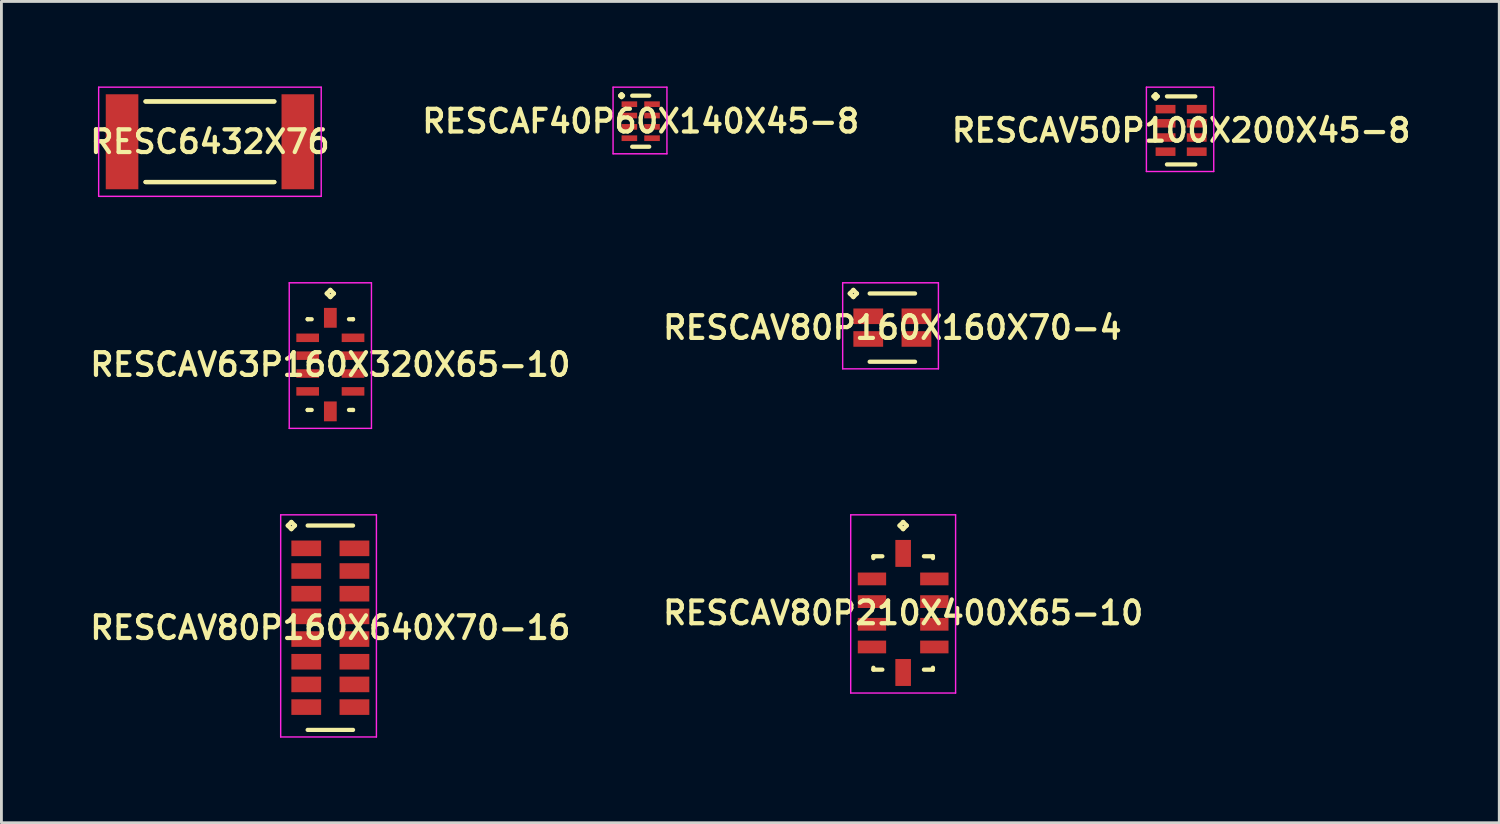
<source format=kicad_pcb>
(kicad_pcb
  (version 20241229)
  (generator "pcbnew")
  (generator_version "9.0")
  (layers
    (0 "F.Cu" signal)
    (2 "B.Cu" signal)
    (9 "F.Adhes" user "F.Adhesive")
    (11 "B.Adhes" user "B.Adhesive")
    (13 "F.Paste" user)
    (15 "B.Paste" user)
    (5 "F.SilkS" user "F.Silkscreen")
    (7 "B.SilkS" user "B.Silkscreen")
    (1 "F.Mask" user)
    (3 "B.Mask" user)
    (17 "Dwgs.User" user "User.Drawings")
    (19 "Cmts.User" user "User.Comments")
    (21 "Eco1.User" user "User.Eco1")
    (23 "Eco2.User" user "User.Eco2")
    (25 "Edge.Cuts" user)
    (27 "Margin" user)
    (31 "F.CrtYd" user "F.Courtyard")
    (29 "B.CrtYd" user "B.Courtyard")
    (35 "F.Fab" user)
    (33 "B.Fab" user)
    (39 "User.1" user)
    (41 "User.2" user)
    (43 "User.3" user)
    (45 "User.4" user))
  (footprint "RESCAV80P160X640X70-16"
    (layer "F.Cu")
    (at 8.602 19.091)
    (property "Reference" "RESCAV80P160X640X70-16" (at 0 0 0) (layer "F.SilkS") (effects (font (size 0.8 0.8) (thickness 0.15))))
    (attr smd)
    (fp_line (start -1.502 -3.604) (end -1.375 -3.731) (stroke (width 0.15) (type solid)) (layer "F.SilkS"))
    (fp_line (start -1.375 -3.731) (end -1.248 -3.604) (stroke (width 0.15) (type solid)) (layer "F.SilkS"))
    (fp_line (start -1.375 -3.477) (end -1.502 -3.604) (stroke (width 0.15) (type solid)) (layer "F.SilkS"))
    (fp_line (start -1.248 -3.604) (end -1.375 -3.477) (stroke (width 0.15) (type solid)) (layer "F.SilkS"))
    (fp_line (start -0.8 -3.604) (end 0.8 -3.604) (stroke (width 0.15) (type solid)) (layer "F.SilkS"))
    (fp_line (start -0.8 3.604) (end 0.8 3.604) (stroke (width 0.15) (type solid)) (layer "F.SilkS"))
    (fp_line (start -1.752 -3.981) (end 1.625 -3.981) (stroke (width 0.05) (type solid)) (layer "F.CrtYd"))
    (fp_line (start -1.752 3.854) (end -1.752 -3.981) (stroke (width 0.05) (type solid)) (layer "F.CrtYd"))
    (fp_line (start 1.625 -3.981) (end 1.625 3.854) (stroke (width 0.05) (type solid)) (layer "F.CrtYd"))
    (fp_line (start 1.625 3.854) (end -1.752 3.854) (stroke (width 0.05) (type solid)) (layer "F.CrtYd"))
    (pad "1" smd rect (at -0.85 -2.8) (size 1.05 0.55) (layers "F.Cu" "F.Mask" "F.Paste"))
    (pad "2" smd rect (at -0.85 -2) (size 1.05 0.55) (layers "F.Cu" "F.Mask" "F.Paste"))
    (pad "3" smd rect (at -0.85 -1.2) (size 1.05 0.55) (layers "F.Cu" "F.Mask" "F.Paste"))
    (pad "4" smd rect (at -0.85 -0.4) (size 1.05 0.55) (layers "F.Cu" "F.Mask" "F.Paste"))
    (pad "5" smd rect (at -0.85 0.4) (size 1.05 0.55) (layers "F.Cu" "F.Mask" "F.Paste"))
    (pad "6" smd rect (at -0.85 1.2) (size 1.05 0.55) (layers "F.Cu" "F.Mask" "F.Paste"))
    (pad "7" smd rect (at -0.85 2) (size 1.05 0.55) (layers "F.Cu" "F.Mask" "F.Paste"))
    (pad "8" smd rect (at -0.85 2.8) (size 1.05 0.55) (layers "F.Cu" "F.Mask" "F.Paste"))
    (pad "9" smd rect (at 0.85 2.8) (size 1.05 0.55) (layers "F.Cu" "F.Mask" "F.Paste"))
    (pad "10" smd rect (at 0.85 2) (size 1.05 0.55) (layers "F.Cu" "F.Mask" "F.Paste"))
    (pad "11" smd rect (at 0.85 1.2) (size 1.05 0.55) (layers "F.Cu" "F.Mask" "F.Paste"))
    (pad "12" smd rect (at 0.85 0.4) (size 1.05 0.55) (layers "F.Cu" "F.Mask" "F.Paste"))
    (pad "13" smd rect (at 0.85 -0.4) (size 1.05 0.55) (layers "F.Cu" "F.Mask" "F.Paste"))
    (pad "14" smd rect (at 0.85 -1.2) (size 1.05 0.55) (layers "F.Cu" "F.Mask" "F.Paste"))
    (pad "15" smd rect (at 0.85 -2) (size 1.05 0.55) (layers "F.Cu" "F.Mask" "F.Paste"))
    (pad "16" smd rect (at 0.85 -2.8) (size 1.05 0.55) (layers "F.Cu" "F.Mask" "F.Paste")))
  (footprint "RESCAV50P100X200X45-8"
    (layer "F.Cu")
    (at 38.611 1.55)
    (property "Reference" "RESCAV50P100X200X45-8" (at 0 0 0) (layer "F.SilkS") (effects (font (size 0.8 0.8) (thickness 0.15))))
    (attr smd)
    (fp_line (start -0.975 -1.2) (end -0.9 -1.275) (stroke (width 0.15) (type solid)) (layer "F.SilkS"))
    (fp_line (start -0.9 -1.275) (end -0.825 -1.2) (stroke (width 0.15) (type solid)) (layer "F.SilkS"))
    (fp_line (start -0.9 -1.125) (end -0.975 -1.2) (stroke (width 0.15) (type solid)) (layer "F.SilkS"))
    (fp_line (start -0.825 -1.2) (end -0.9 -1.125) (stroke (width 0.15) (type solid)) (layer "F.SilkS"))
    (fp_line (start -0.5 -1.2) (end 0.5 -1.2) (stroke (width 0.15) (type solid)) (layer "F.SilkS"))
    (fp_line (start -0.5 1.2) (end 0.5 1.2) (stroke (width 0.15) (type solid)) (layer "F.SilkS"))
    (fp_line (start -1.225 -1.525) (end 1.15 -1.525) (stroke (width 0.05) (type solid)) (layer "F.CrtYd"))
    (fp_line (start -1.225 1.45) (end -1.225 -1.525) (stroke (width 0.05) (type solid)) (layer "F.CrtYd"))
    (fp_line (start 1.15 -1.525) (end 1.15 1.45) (stroke (width 0.05) (type solid)) (layer "F.CrtYd"))
    (fp_line (start 1.15 1.45) (end -1.225 1.45) (stroke (width 0.05) (type solid)) (layer "F.CrtYd"))
    (pad "1" smd rect (at -0.55 -0.75) (size 0.7 0.3) (layers "F.Cu" "F.Mask" "F.Paste"))
    (pad "2" smd rect (at -0.55 -0.25) (size 0.7 0.3) (layers "F.Cu" "F.Mask" "F.Paste"))
    (pad "3" smd rect (at -0.55 0.25) (size 0.7 0.3) (layers "F.Cu" "F.Mask" "F.Paste"))
    (pad "4" smd rect (at -0.55 0.75) (size 0.7 0.3) (layers "F.Cu" "F.Mask" "F.Paste"))
    (pad "5" smd rect (at 0.55 0.75) (size 0.7 0.3) (layers "F.Cu" "F.Mask" "F.Paste"))
    (pad "6" smd rect (at 0.55 0.25) (size 0.7 0.3) (layers "F.Cu" "F.Mask" "F.Paste"))
    (pad "7" smd rect (at 0.55 -0.25) (size 0.7 0.3) (layers "F.Cu" "F.Mask" "F.Paste"))
    (pad "8" smd rect (at 0.55 -0.75) (size 0.7 0.3) (layers "F.Cu" "F.Mask" "F.Paste")))
  (footprint "RESC6432X76"
    (layer "F.Cu")
    (at 4.355 1.95)
    (property "Reference" "RESC6432X76" (at 0 0 0) (layer "F.SilkS") (effects (font (size 0.8 0.8) (thickness 0.15))))
    (attr smd)
    (fp_line (start -2.271 -1.421) (end 2.271 -1.421) (stroke (width 0.15) (type solid)) (layer "F.SilkS"))
    (fp_line (start -2.271 1.421) (end 2.271 1.421) (stroke (width 0.15) (type solid)) (layer "F.SilkS"))
    (fp_line (start 2.271 -1.421) (end -2.271 -1.421) (stroke (width 0.15) (type solid)) (layer "F.SilkS"))
    (fp_line (start 2.271 1.421) (end -2.271 1.421) (stroke (width 0.15) (type solid)) (layer "F.SilkS"))
    (fp_line (start -3.925 -1.925) (end 3.925 -1.925) (stroke (width 0.05) (type solid)) (layer "F.CrtYd"))
    (fp_line (start -3.925 1.925) (end -3.925 -1.925) (stroke (width 0.05) (type solid)) (layer "F.CrtYd"))
    (fp_line (start 3.925 -1.925) (end 3.925 1.925) (stroke (width 0.05) (type solid)) (layer "F.CrtYd"))
    (fp_line (start 3.925 1.925) (end -3.925 1.925) (stroke (width 0.05) (type solid)) (layer "F.CrtYd"))
    (pad "1" smd rect (at -3.1 0) (size 1.15 3.35) (layers "F.Cu" "F.Mask" "F.Paste"))
    (pad "2" smd rect (at 3.1 0) (size 1.15 3.35) (layers "F.Cu" "F.Mask" "F.Paste")))
  (footprint "RESCAV80P160X160X70-4"
    (layer "F.Cu")
    (at 28.425 8.506)
    (property "Reference" "RESCAV80P160X160X70-4" (at 0 0 0) (layer "F.SilkS") (effects (font (size 0.8 0.8) (thickness 0.15))))
    (attr smd)
    (fp_line (start -1.502 -1.204) (end -1.375 -1.331) (stroke (width 0.15) (type solid)) (layer "F.SilkS"))
    (fp_line (start -1.375 -1.331) (end -1.248 -1.204) (stroke (width 0.15) (type solid)) (layer "F.SilkS"))
    (fp_line (start -1.375 -1.077) (end -1.502 -1.204) (stroke (width 0.15) (type solid)) (layer "F.SilkS"))
    (fp_line (start -1.248 -1.204) (end -1.375 -1.077) (stroke (width 0.15) (type solid)) (layer "F.SilkS"))
    (fp_line (start -0.8 -1.204) (end 0.8 -1.204) (stroke (width 0.15) (type solid)) (layer "F.SilkS"))
    (fp_line (start -0.8 1.204) (end 0.8 1.204) (stroke (width 0.15) (type solid)) (layer "F.SilkS"))
    (fp_line (start -1.752 -1.581) (end 1.625 -1.581) (stroke (width 0.05) (type solid)) (layer "F.CrtYd"))
    (fp_line (start -1.752 1.454) (end -1.752 -1.581) (stroke (width 0.05) (type solid)) (layer "F.CrtYd"))
    (fp_line (start 1.625 -1.581) (end 1.625 1.454) (stroke (width 0.05) (type solid)) (layer "F.CrtYd"))
    (fp_line (start 1.625 1.454) (end -1.752 1.454) (stroke (width 0.05) (type solid)) (layer "F.CrtYd"))
    (pad "1" smd rect (at -0.85 -0.4) (size 1.05 0.55) (layers "F.Cu" "F.Mask" "F.Paste"))
    (pad "2" smd rect (at -0.85 0.4) (size 1.05 0.55) (layers "F.Cu" "F.Mask" "F.Paste"))
    (pad "3" smd rect (at 0.85 0.4) (size 1.05 0.55) (layers "F.Cu" "F.Mask" "F.Paste"))
    (pad "4" smd rect (at 0.85 -0.4) (size 1.05 0.55) (layers "F.Cu" "F.Mask" "F.Paste")))
  (footprint "RESCAV63P160X320X65-10"
    (layer "F.Cu")
    (at 8.602 9.81)
    (property "Reference" "RESCAV63P160X320X65-10" (at 0 0 0) (layer "F.SilkS") (effects (font (size 0.8 0.8) (thickness 0.15))))
    (attr smd)
    (fp_line (start -0.8 -1.603) (end -0.8 -1.6) (stroke (width 0.15) (type solid)) (layer "F.SilkS"))
    (fp_line (start -0.8 -1.6) (end -0.658 -1.6) (stroke (width 0.15) (type solid)) (layer "F.SilkS"))
    (fp_line (start -0.8 1.6) (end -0.658 1.6) (stroke (width 0.15) (type solid)) (layer "F.SilkS"))
    (fp_line (start -0.8 1.603) (end -0.8 1.6) (stroke (width 0.15) (type solid)) (layer "F.SilkS"))
    (fp_line (start -0.127 -2.508) (end 0 -2.635) (stroke (width 0.15) (type solid)) (layer "F.SilkS"))
    (fp_line (start 0 -2.635) (end 0.127 -2.508) (stroke (width 0.15) (type solid)) (layer "F.SilkS"))
    (fp_line (start 0 -2.381) (end -0.127 -2.508) (stroke (width 0.15) (type solid)) (layer "F.SilkS"))
    (fp_line (start 0.127 -2.508) (end 0 -2.381) (stroke (width 0.15) (type solid)) (layer "F.SilkS"))
    (fp_line (start 0.8 -1.603) (end 0.8 -1.6) (stroke (width 0.15) (type solid)) (layer "F.SilkS"))
    (fp_line (start 0.8 -1.6) (end 0.658 -1.6) (stroke (width 0.15) (type solid)) (layer "F.SilkS"))
    (fp_line (start 0.8 1.6) (end 0.658 1.6) (stroke (width 0.15) (type solid)) (layer "F.SilkS"))
    (fp_line (start 0.8 1.603) (end 0.8 1.6) (stroke (width 0.15) (type solid)) (layer "F.SilkS"))
    (fp_line (start -1.45 -2.885) (end 1.45 -2.885) (stroke (width 0.05) (type solid)) (layer "F.CrtYd"))
    (fp_line (start -1.45 2.25) (end -1.45 -2.885) (stroke (width 0.05) (type solid)) (layer "F.CrtYd"))
    (fp_line (start 1.45 -2.885) (end 1.45 2.25) (stroke (width 0.05) (type solid)) (layer "F.CrtYd"))
    (fp_line (start 1.45 2.25) (end -1.45 2.25) (stroke (width 0.05) (type solid)) (layer "F.CrtYd"))
    (pad "1" smd rect (at 0 -1.65) (size 0.45 0.7) (layers "F.Cu" "F.Mask" "F.Paste"))
    (pad "2" smd rect (at -0.8 -0.945) (size 0.8 0.3) (layers "F.Cu" "F.Mask" "F.Paste"))
    (pad "3" smd rect (at -0.8 -0.315) (size 0.8 0.3) (layers "F.Cu" "F.Mask" "F.Paste"))
    (pad "4" smd rect (at -0.8 0.315) (size 0.8 0.3) (layers "F.Cu" "F.Mask" "F.Paste"))
    (pad "5" smd rect (at -0.8 0.945) (size 0.8 0.3) (layers "F.Cu" "F.Mask" "F.Paste"))
    (pad "6" smd rect (at 0 1.65) (size 0.45 0.7) (layers "F.Cu" "F.Mask" "F.Paste"))
    (pad "7" smd rect (at 0.8 0.945) (size 0.8 0.3) (layers "F.Cu" "F.Mask" "F.Paste"))
    (pad "8" smd rect (at 0.8 0.315) (size 0.8 0.3) (layers "F.Cu" "F.Mask" "F.Paste"))
    (pad "9" smd rect (at 0.8 -0.315) (size 0.8 0.3) (layers "F.Cu" "F.Mask" "F.Paste"))
    (pad "10" smd rect (at 0.8 -0.945) (size 0.8 0.3) (layers "F.Cu" "F.Mask" "F.Paste")))
  (footprint "RESCAF40P60X140X45-8"
    (layer "F.Cu")
    (at 19.549 1.225)
    (property "Reference" "RESCAF40P60X140X45-8" (at 0 0 0) (layer "F.SilkS") (effects (font (size 0.8 0.8) (thickness 0.15))))
    (attr smd)
    (fp_line (start -0.725 -0.9) (end -0.675 -0.95) (stroke (width 0.15) (type solid)) (layer "F.SilkS"))
    (fp_line (start -0.675 -0.95) (end -0.625 -0.9) (stroke (width 0.15) (type solid)) (layer "F.SilkS"))
    (fp_line (start -0.675 -0.85) (end -0.725 -0.9) (stroke (width 0.15) (type solid)) (layer "F.SilkS"))
    (fp_line (start -0.625 -0.9) (end -0.675 -0.85) (stroke (width 0.15) (type solid)) (layer "F.SilkS"))
    (fp_line (start -0.3 -0.9) (end 0.3 -0.9) (stroke (width 0.15) (type solid)) (layer "F.SilkS"))
    (fp_line (start -0.3 0.9) (end 0.3 0.9) (stroke (width 0.15) (type solid)) (layer "F.SilkS"))
    (fp_line (start -0.975 -1.2) (end 0.925 -1.2) (stroke (width 0.05) (type solid)) (layer "F.CrtYd"))
    (fp_line (start -0.975 1.15) (end -0.975 -1.2) (stroke (width 0.05) (type solid)) (layer "F.CrtYd"))
    (fp_line (start 0.925 -1.2) (end 0.925 1.15) (stroke (width 0.05) (type solid)) (layer "F.CrtYd"))
    (fp_line (start 0.925 1.15) (end -0.975 1.15) (stroke (width 0.05) (type solid)) (layer "F.CrtYd"))
    (pad "1" smd rect (at -0.4 -0.6) (size 0.55 0.2) (layers "F.Cu" "F.Mask" "F.Paste"))
    (pad "2" smd rect (at -0.4 -0.2) (size 0.55 0.2) (layers "F.Cu" "F.Mask" "F.Paste"))
    (pad "3" smd rect (at -0.4 0.2) (size 0.55 0.2) (layers "F.Cu" "F.Mask" "F.Paste"))
    (pad "4" smd rect (at -0.4 0.6) (size 0.55 0.2) (layers "F.Cu" "F.Mask" "F.Paste"))
    (pad "5" smd rect (at 0.4 0.6) (size 0.55 0.2) (layers "F.Cu" "F.Mask" "F.Paste"))
    (pad "6" smd rect (at 0.4 0.2) (size 0.55 0.2) (layers "F.Cu" "F.Mask" "F.Paste"))
    (pad "7" smd rect (at 0.4 -0.2) (size 0.55 0.2) (layers "F.Cu" "F.Mask" "F.Paste"))
    (pad "8" smd rect (at 0.4 -0.6) (size 0.55 0.2) (layers "F.Cu" "F.Mask" "F.Paste")))
  (footprint "RESCAV80P210X400X65-10"
    (layer "F.Cu")
    (at 28.806 18.57)
    (property "Reference" "RESCAV80P210X400X65-10" (at 0 0 0) (layer "F.SilkS") (effects (font (size 0.8 0.8) (thickness 0.15))))
    (attr smd)
    (fp_line (start -1.05 -2) (end -0.733 -2) (stroke (width 0.15) (type solid)) (layer "F.SilkS"))
    (fp_line (start -1.05 -1.933) (end -1.05 -2) (stroke (width 0.15) (type solid)) (layer "F.SilkS"))
    (fp_line (start -1.05 1.933) (end -1.05 2) (stroke (width 0.15) (type solid)) (layer "F.SilkS"))
    (fp_line (start -1.05 2) (end -0.733 2) (stroke (width 0.15) (type solid)) (layer "F.SilkS"))
    (fp_line (start -0.127 -3.083) (end 0 -3.21) (stroke (width 0.15) (type solid)) (layer "F.SilkS"))
    (fp_line (start 0 -3.21) (end 0.127 -3.083) (stroke (width 0.15) (type solid)) (layer "F.SilkS"))
    (fp_line (start 0 -2.956) (end -0.127 -3.083) (stroke (width 0.15) (type solid)) (layer "F.SilkS"))
    (fp_line (start 0.127 -3.083) (end 0 -2.956) (stroke (width 0.15) (type solid)) (layer "F.SilkS"))
    (fp_line (start 1.05 -2) (end 0.733 -2) (stroke (width 0.15) (type solid)) (layer "F.SilkS"))
    (fp_line (start 1.05 -1.933) (end 1.05 -2) (stroke (width 0.15) (type solid)) (layer "F.SilkS"))
    (fp_line (start 1.05 1.933) (end 1.05 2) (stroke (width 0.15) (type solid)) (layer "F.SilkS"))
    (fp_line (start 1.05 2) (end 0.733 2) (stroke (width 0.15) (type solid)) (layer "F.SilkS"))
    (fp_line (start -1.85 -3.46) (end 1.85 -3.46) (stroke (width 0.05) (type solid)) (layer "F.CrtYd"))
    (fp_line (start -1.85 2.825) (end -1.85 -3.46) (stroke (width 0.05) (type solid)) (layer "F.CrtYd"))
    (fp_line (start 1.85 -3.46) (end 1.85 2.825) (stroke (width 0.05) (type solid)) (layer "F.CrtYd"))
    (fp_line (start 1.85 2.825) (end -1.85 2.825) (stroke (width 0.05) (type solid)) (layer "F.CrtYd"))
    (pad "1" smd rect (at 0 -2.1) (size 0.55 0.95) (layers "F.Cu" "F.Mask" "F.Paste"))
    (pad "2" smd rect (at -1.1 -1.2) (size 1 0.45) (layers "F.Cu" "F.Mask" "F.Paste"))
    (pad "3" smd rect (at -1.1 -0.4) (size 1 0.45) (layers "F.Cu" "F.Mask" "F.Paste"))
    (pad "4" smd rect (at -1.1 0.4) (size 1 0.45) (layers "F.Cu" "F.Mask" "F.Paste"))
    (pad "5" smd rect (at -1.1 1.2) (size 1 0.45) (layers "F.Cu" "F.Mask" "F.Paste"))
    (pad "6" smd rect (at 0 2.1) (size 0.55 0.95) (layers "F.Cu" "F.Mask" "F.Paste"))
    (pad "7" smd rect (at 1.1 1.2) (size 1 0.45) (layers "F.Cu" "F.Mask" "F.Paste"))
    (pad "8" smd rect (at 1.1 0.4) (size 1 0.45) (layers "F.Cu" "F.Mask" "F.Paste"))
    (pad "9" smd rect (at 1.1 -0.4) (size 1 0.45) (layers "F.Cu" "F.Mask" "F.Paste"))
    (pad "10" smd rect (at 1.1 -1.2) (size 1 0.45) (layers "F.Cu" "F.Mask" "F.Paste")))
  (gr_rect
    (start -3 -3)
    (end 49.832 25.97)
    (stroke (width 0.1) (type default))
    (fill no)
    (layer "Edge.Cuts")))
</source>
